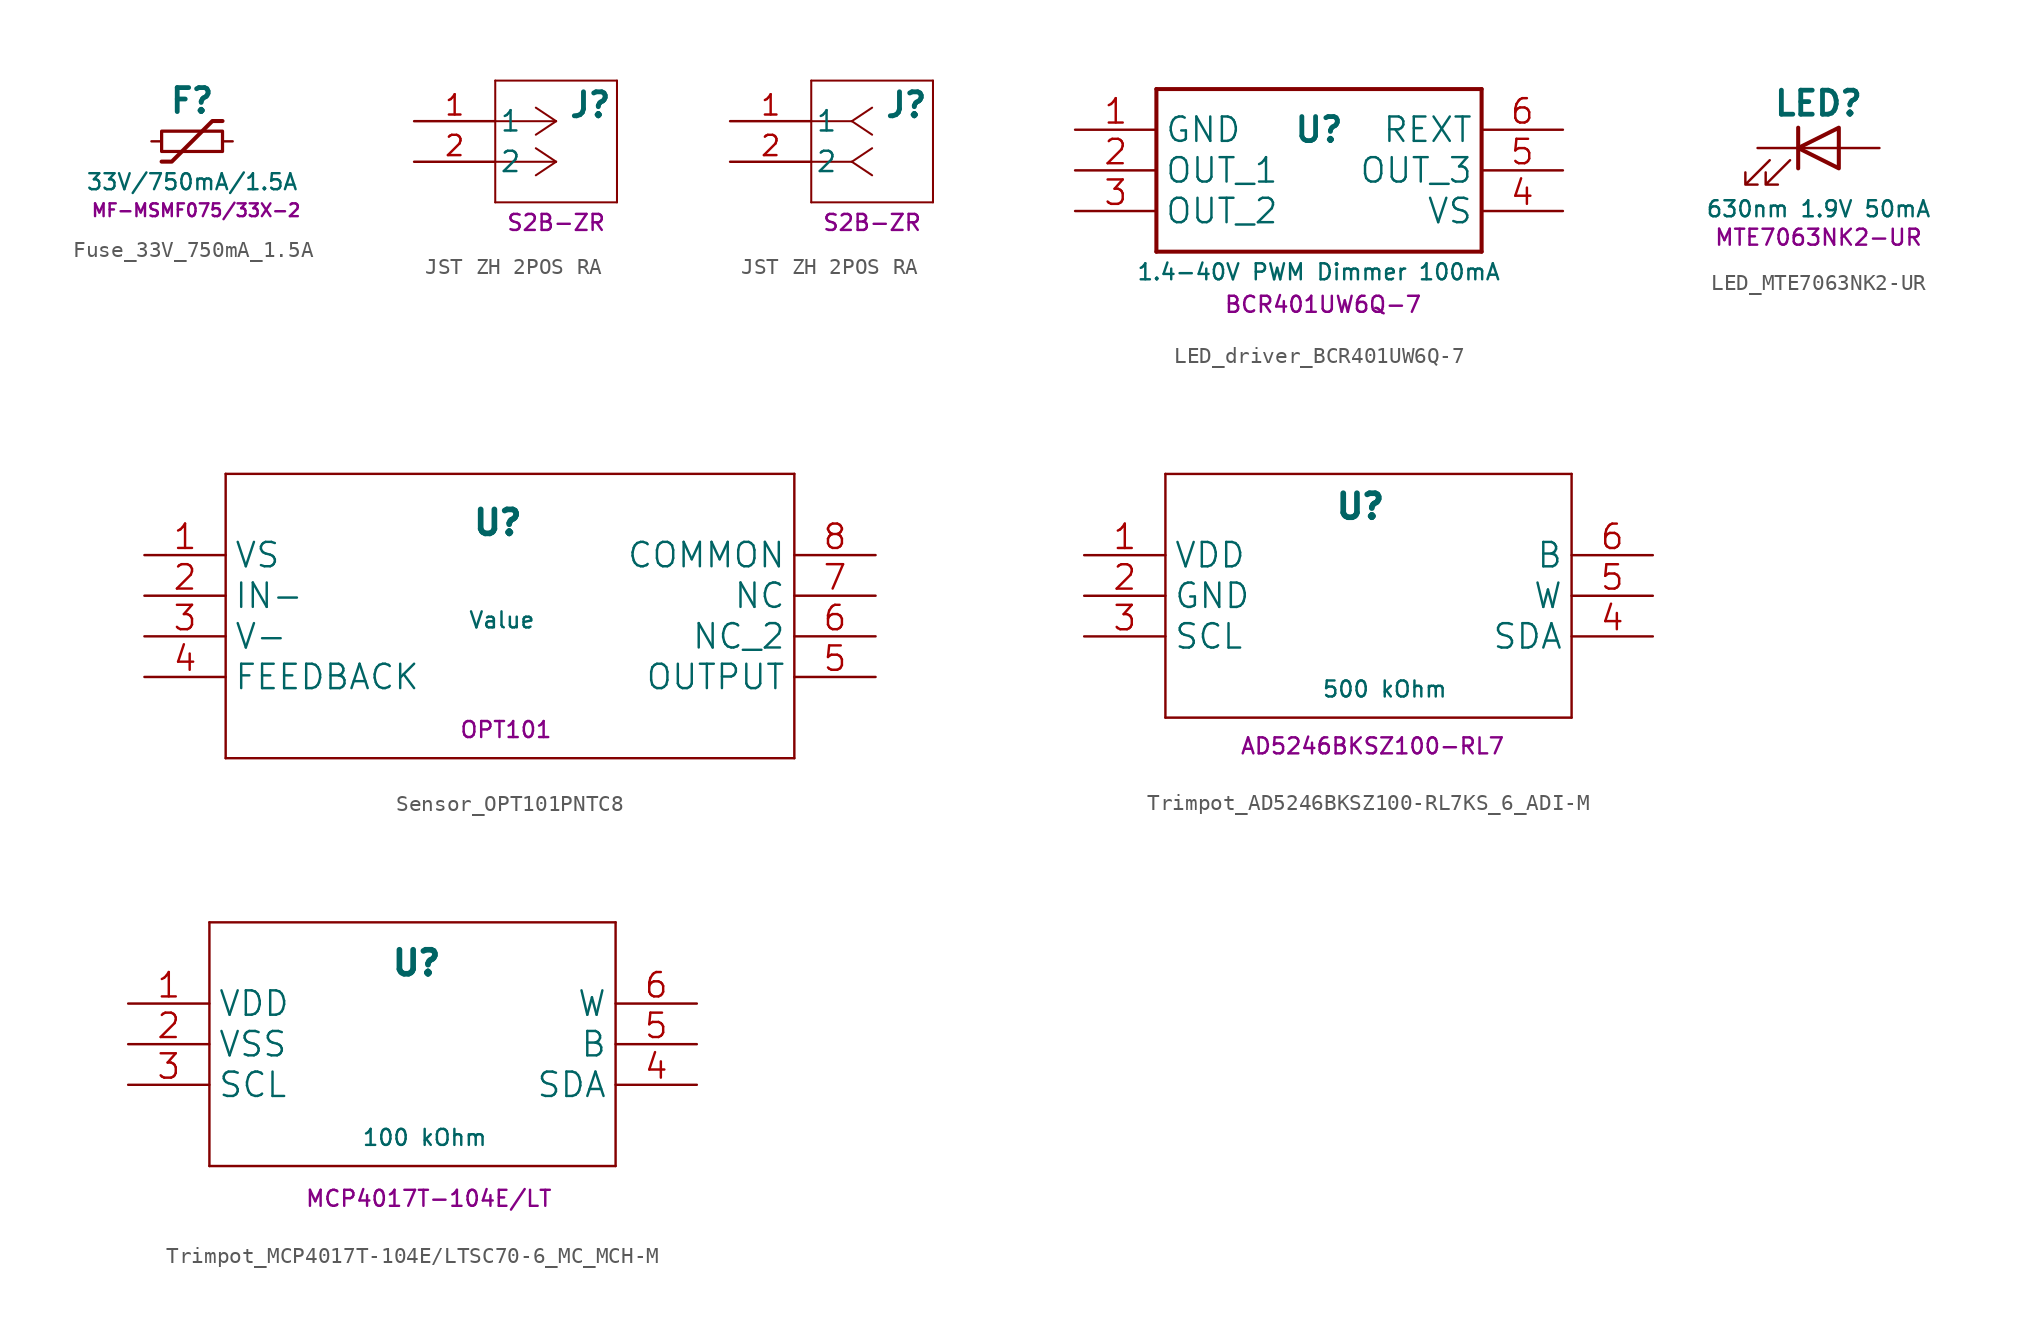
<source format=kicad_sym>
(kicad_symbol_lib
  (version 20241209)
  (generator "kicad_symbol_editor")
  (generator_version "9.0")
  (symbol "Fuse_33V_750mA_1.5A"
    (pin_numbers
      (hide yes))
    (pin_names
      (offset 0))
    (property "Reference" "F"
      (at 0 2.54 0)
      (effects (font (size 1.5 1.5) (thickness 0.3) (bold yes))))
    (property "Value" "33V/750mA/1.5A"
      (at 0 -2.54 0)
      (effects (font (size 1 1))))
    (property "MPN" "MF-MSMF075/33X-2"
      (at 0.254 -4.318 0)
      (effects (font (size 0.8 0.8))))
    (symbol "Fuse_33V_750mA_1.5A_0_1"
      (rectangle (start -1.905 0.635) (end 1.905 -0.635) (stroke (width 0.203) (type default)) (fill (type none)))
      (polyline (pts (xy -1.905 -1.27) (xy -1.27 -1.27) (xy 1.27 1.27) (xy 1.905 1.27)) (stroke (width 0.254) (type default)) (fill (type none))))
    (symbol "Fuse_33V_750mA_1.5A_1_1"
      (pin passive line (at -2.54 0 0) (length 0.635) (name "~" (effects (font (size 1.27 1.27)))) (number "1" (effects (font (size 1.27 1.27)))))
      (pin passive line (at 2.54 0 180) (length 0.635) (name "~" (effects (font (size 1.27 1.27)))) (number "2" (effects (font (size 1.27 1.27)))))))
  (symbol "JST ZH 2POS RA"
    (pin_names
      (offset 0.254))
    (property "Reference" "J"
      (at 12.446 1.016 0)
      (effects (font (size 1.5 1.5) (thickness 0.305) (bold yes)) (justify right)))
    (property "MPN" "S2B-ZR"
      (at 8.89 -6.35 0)
      (effects (font (size 1 1))))
    (symbol "JST ZH 2POS RA_1_1"
      (polyline (pts (xy 5.08 2.54) (xy 5.08 -5.08)) (stroke (width 0.127) (type default)) (fill (type none)))
      (polyline (pts (xy 5.08 -5.08) (xy 12.7 -5.08)) (stroke (width 0.127) (type default)) (fill (type none)))
      (polyline (pts (xy 8.89 0) (xy 5.08 0)) (stroke (width 0.127) (type default)) (fill (type none)))
      (polyline (pts (xy 8.89 0) (xy 7.62 0.847)) (stroke (width 0.127) (type default)) (fill (type none)))
      (polyline (pts (xy 8.89 0) (xy 7.62 -0.847)) (stroke (width 0.127) (type default)) (fill (type none)))
      (polyline (pts (xy 8.89 -2.54) (xy 5.08 -2.54)) (stroke (width 0.127) (type default)) (fill (type none)))
      (polyline (pts (xy 8.89 -2.54) (xy 7.62 -1.693)) (stroke (width 0.127) (type default)) (fill (type none)))
      (polyline (pts (xy 8.89 -2.54) (xy 7.62 -3.387)) (stroke (width 0.127) (type default)) (fill (type none)))
      (polyline (pts (xy 12.7 2.54) (xy 5.08 2.54)) (stroke (width 0.127) (type default)) (fill (type none)))
      (polyline (pts (xy 12.7 -5.08) (xy 12.7 2.54)) (stroke (width 0.127) (type default)) (fill (type none)))
      (pin unspecified line (at 0 0 0) (length 5.08) (name "1" (effects (font (size 1.27 1.27)))) (number "1" (effects (font (size 1.27 1.27)))))
      (pin unspecified line (at 0 -2.54 0) (length 5.08) (name "2" (effects (font (size 1.27 1.27)))) (number "2" (effects (font (size 1.27 1.27))))))
    (symbol "JST ZH 2POS RA_1_2"
      (polyline (pts (xy 5.08 2.54) (xy 5.08 -5.08)) (stroke (width 0.127) (type default)) (fill (type none)))
      (polyline (pts (xy 5.08 -5.08) (xy 12.7 -5.08)) (stroke (width 0.127) (type default)) (fill (type none)))
      (polyline (pts (xy 7.62 0) (xy 5.08 0)) (stroke (width 0.127) (type default)) (fill (type none)))
      (polyline (pts (xy 7.62 0) (xy 8.89 0.847)) (stroke (width 0.127) (type default)) (fill (type none)))
      (polyline (pts (xy 7.62 0) (xy 8.89 -0.847)) (stroke (width 0.127) (type default)) (fill (type none)))
      (polyline (pts (xy 7.62 -2.54) (xy 5.08 -2.54)) (stroke (width 0.127) (type default)) (fill (type none)))
      (polyline (pts (xy 7.62 -2.54) (xy 8.89 -1.693)) (stroke (width 0.127) (type default)) (fill (type none)))
      (polyline (pts (xy 7.62 -2.54) (xy 8.89 -3.387)) (stroke (width 0.127) (type default)) (fill (type none)))
      (polyline (pts (xy 12.7 2.54) (xy 5.08 2.54)) (stroke (width 0.127) (type default)) (fill (type none)))
      (polyline (pts (xy 12.7 -5.08) (xy 12.7 2.54)) (stroke (width 0.127) (type default)) (fill (type none)))
      (pin unspecified line (at 0 0 0) (length 5.08) (name "1" (effects (font (size 1.27 1.27)))) (number "1" (effects (font (size 1.27 1.27)))))
      (pin unspecified line (at 0 -2.54 0) (length 5.08) (name "2" (effects (font (size 1.27 1.27)))) (number "2" (effects (font (size 1.27 1.27)))))))
  (symbol "LED_driver_BCR401UW6Q-7"
    (property "Reference" "U"
      (at 15.24 0 0)
      (effects (font (size 1.5 1.5) (thickness 0.3) (bold yes))))
    (property "Value" "1.4-40V PWM Dimmer 100mA"
      (at 3.81 -8.89 0)
      (effects (font (size 1 1)) (justify left)))
    (property "MPN" "BCR401UW6Q-7"
      (at 15.494 -10.922 0)
      (effects (font (size 1 1))))
    (symbol "LED_driver_BCR401UW6Q-7_1_0"
      (polyline (pts (xy 5.08 2.54) (xy 5.08 -7.62)) (stroke (width 0.254) (type solid)) (fill (type none)))
      (polyline (pts (xy 5.08 2.54) (xy 25.4 2.54)) (stroke (width 0.254) (type solid)) (fill (type none)))
      (polyline (pts (xy 25.4 -7.62) (xy 5.08 -7.62)) (stroke (width 0.254) (type solid)) (fill (type none)))
      (polyline (pts (xy 25.4 -7.62) (xy 25.4 2.54)) (stroke (width 0.254) (type solid)) (fill (type none)))
      (pin bidirectional line (at 0 0 0) (length 5.08) (name "GND" (effects (font (size 1.524 1.524)))) (number "1" (effects (font (size 1.524 1.524)))))
      (pin bidirectional line (at 0 -2.54 0) (length 5.08) (name "OUT_1" (effects (font (size 1.524 1.524)))) (number "2" (effects (font (size 1.524 1.524)))))
      (pin bidirectional line (at 0 -5.08 0) (length 5.08) (name "OUT_2" (effects (font (size 1.524 1.524)))) (number "3" (effects (font (size 1.524 1.524)))))
      (pin bidirectional line (at 30.48 0 180) (length 5.08) (name "REXT" (effects (font (size 1.524 1.524)))) (number "6" (effects (font (size 1.524 1.524)))))
      (pin bidirectional line (at 30.48 -2.54 180) (length 5.08) (name "OUT_3" (effects (font (size 1.524 1.524)))) (number "5" (effects (font (size 1.524 1.524)))))
      (pin bidirectional line (at 30.48 -5.08 180) (length 5.08) (name "VS" (effects (font (size 1.524 1.524)))) (number "4" (effects (font (size 1.524 1.524)))))))
  (symbol "LED_MTE7063NK2-UR"
    (pin_numbers
      (hide yes))
    (pin_names
      (offset 1.016)
      (hide yes))
    (property "Reference" "LED"
      (at 0 2.794 0)
      (effects (font (size 1.5 1.5) (thickness 0.3) (bold yes))))
    (property "Value" "630nm 1.9V 50mA"
      (at 0 -3.81 0)
      (effects (font (size 1 1))))
    (property "MPN" "MTE7063NK2-UR"
      (at 0 -5.588 0)
      (effects (font (size 1 1))))
    (symbol "LED_MTE7063NK2-UR_0_1"
      (polyline (pts (xy -3.048 -0.762) (xy -4.572 -2.286) (xy -3.81 -2.286) (xy -4.572 -2.286) (xy -4.572 -1.524)) (stroke (width 0) (type default)) (fill (type none)))
      (polyline (pts (xy -1.778 -0.762) (xy -3.302 -2.286) (xy -2.54 -2.286) (xy -3.302 -2.286) (xy -3.302 -1.524)) (stroke (width 0) (type default)) (fill (type none)))
      (polyline (pts (xy -1.27 0) (xy 1.27 0)) (stroke (width 0) (type default)) (fill (type none)))
      (polyline (pts (xy -1.27 -1.27) (xy -1.27 1.27)) (stroke (width 0.254) (type default)) (fill (type none)))
      (polyline (pts (xy 1.27 -1.27) (xy 1.27 1.27) (xy -1.27 0) (xy 1.27 -1.27)) (stroke (width 0.254) (type default)) (fill (type none))))
    (symbol "LED_MTE7063NK2-UR_1_1"
      (pin passive line (at -3.81 0 0) (length 2.54) (name "K" (effects (font (size 1.27 1.27)))) (number "1" (effects (font (size 1.27 1.27)))))
      (pin passive line (at 3.81 0 180) (length 2.54) (name "A" (effects (font (size 1.27 1.27)))) (number "2" (effects (font (size 1.27 1.27)))))))
  (symbol "Sensor_OPT101PNTC8"
    (property "Reference" "U"
      (at 24.638 2.032 0)
      (effects (font (size 1.5 1.5) (thickness 0.354) (bold yes))))
    (property "Value" "Value"
      (at 24.892 -4.064 0)
      (effects (font (size 1 1))))
    (property "MPN" "OPT101"
      (at 25.146 -10.922 0)
      (effects (font (size 1 1))))
    (symbol "Sensor_OPT101PNTC8_1_0"
      (polyline (pts (xy 7.62 5.08) (xy 7.62 -12.7)) (stroke (width 0.152) (type solid)) (fill (type none)))
      (polyline (pts (xy 7.62 -12.7) (xy 43.18 -12.7)) (stroke (width 0.152) (type solid)) (fill (type none)))
      (polyline (pts (xy 43.18 5.08) (xy 7.62 5.08)) (stroke (width 0.152) (type solid)) (fill (type none)))
      (polyline (pts (xy 43.18 -12.7) (xy 43.18 5.08)) (stroke (width 0.152) (type solid)) (fill (type none)))
      (pin power_in line (at 2.54 0 0) (length 5.08) (name "VS" (effects (font (size 1.524 1.524)))) (number "1" (effects (font (size 1.524 1.524)))))
      (pin input line (at 2.54 -2.54 0) (length 5.08) (name "IN-" (effects (font (size 1.524 1.524)))) (number "2" (effects (font (size 1.524 1.524)))))
      (pin power_in line (at 2.54 -5.08 0) (length 5.08) (name "V-" (effects (font (size 1.524 1.524)))) (number "3" (effects (font (size 1.524 1.524)))))
      (pin passive line (at 2.54 -7.62 0) (length 5.08) (name "FEEDBACK" (effects (font (size 1.524 1.524)))) (number "4" (effects (font (size 1.524 1.524)))))
      (pin passive line (at 48.26 0 180) (length 5.08) (name "COMMON" (effects (font (size 1.524 1.524)))) (number "8" (effects (font (size 1.524 1.524)))))
      (pin passive line (at 48.26 -2.54 180) (length 5.08) (name "NC" (effects (font (size 1.524 1.524)))) (number "7" (effects (font (size 1.524 1.524)))))
      (pin passive line (at 48.26 -5.08 180) (length 5.08) (name "NC_2" (effects (font (size 1.524 1.524)))) (number "6" (effects (font (size 1.524 1.524)))))
      (pin output line (at 48.26 -7.62 180) (length 5.08) (name "OUTPUT" (effects (font (size 1.524 1.524)))) (number "5" (effects (font (size 1.524 1.524)))))))
  (symbol "Trimpot_AD5246BKSZ100-RL7KS_6_ADI-M"
    (property "Reference" "U"
      (at 19.812 3.048 0)
      (effects (font (size 1.5 1.5) (thickness 0.354) (bold yes))))
    (property "Value" "500 kOhm"
      (at 21.336 -8.382 0)
      (effects (font (size 1 1))))
    (property "MPN" "AD5246BKSZ100-RL7"
      (at 20.574 -11.938 0)
      (effects (font (size 1 1))))
    (symbol "Trimpot_AD5246BKSZ100-RL7KS_6_ADI-M_1_0"
      (polyline (pts (xy 7.62 5.08) (xy 7.62 -10.16)) (stroke (width 0.152) (type solid)) (fill (type none)))
      (polyline (pts (xy 7.62 -10.16) (xy 33.02 -10.16)) (stroke (width 0.152) (type solid)) (fill (type none)))
      (polyline (pts (xy 33.02 5.08) (xy 7.62 5.08)) (stroke (width 0.152) (type solid)) (fill (type none)))
      (polyline (pts (xy 33.02 -10.16) (xy 33.02 5.08)) (stroke (width 0.152) (type solid)) (fill (type none)))
      (pin power_in line (at 2.54 0 0) (length 5.08) (name "VDD" (effects (font (size 1.524 1.524)))) (number "1" (effects (font (size 1.524 1.524)))))
      (pin passive line (at 2.54 -2.54 0) (length 5.08) (name "GND" (effects (font (size 1.524 1.524)))) (number "2" (effects (font (size 1.524 1.524)))))
      (pin input line (at 2.54 -5.08 0) (length 5.08) (name "SCL" (effects (font (size 1.524 1.524)))) (number "3" (effects (font (size 1.524 1.524)))))
      (pin passive line (at 38.1 0 180) (length 5.08) (name "B" (effects (font (size 1.524 1.524)))) (number "6" (effects (font (size 1.524 1.524)))))
      (pin passive line (at 38.1 -2.54 180) (length 5.08) (name "W" (effects (font (size 1.524 1.524)))) (number "5" (effects (font (size 1.524 1.524)))))
      (pin bidirectional line (at 38.1 -5.08 180) (length 5.08) (name "SDA" (effects (font (size 1.524 1.524)))) (number "4" (effects (font (size 1.524 1.524)))))))
  (symbol "Trimpot_MCP4017T-104E/LTSC70-6_MC_MCH-M"
    (property "Reference" "U"
      (at 20.574 2.54 0)
      (effects (font (size 1.5 1.5) (thickness 0.354) (bold yes))))
    (property "Value" "100 kOhm"
      (at 21.082 -8.382 0)
      (effects (font (size 1 1))))
    (property "MPN" "MCP4017T-104E/LT"
      (at 21.336 -12.192 0)
      (effects (font (size 1 1))))
    (symbol "Trimpot_MCP4017T-104E/LTSC70-6_MC_MCH-M_1_0"
      (polyline (pts (xy 7.62 5.08) (xy 7.62 -10.16)) (stroke (width 0.152) (type solid)) (fill (type none)))
      (polyline (pts (xy 7.62 -10.16) (xy 33.02 -10.16)) (stroke (width 0.152) (type solid)) (fill (type none)))
      (polyline (pts (xy 33.02 5.08) (xy 7.62 5.08)) (stroke (width 0.152) (type solid)) (fill (type none)))
      (polyline (pts (xy 33.02 -10.16) (xy 33.02 5.08)) (stroke (width 0.152) (type solid)) (fill (type none)))
      (pin power_in line (at 2.54 0 0) (length 5.08) (name "VDD" (effects (font (size 1.524 1.524)))) (number "1" (effects (font (size 1.524 1.524)))))
      (pin power_in line (at 2.54 -2.54 0) (length 5.08) (name "VSS" (effects (font (size 1.524 1.524)))) (number "2" (effects (font (size 1.524 1.524)))))
      (pin bidirectional line (at 2.54 -5.08 0) (length 5.08) (name "SCL" (effects (font (size 1.524 1.524)))) (number "3" (effects (font (size 1.524 1.524)))))
      (pin bidirectional line (at 38.1 0 180) (length 5.08) (name "W" (effects (font (size 1.524 1.524)))) (number "6" (effects (font (size 1.524 1.524)))))
      (pin bidirectional line (at 38.1 -2.54 180) (length 5.08) (name "B" (effects (font (size 1.524 1.524)))) (number "5" (effects (font (size 1.524 1.524)))))
      (pin bidirectional line (at 38.1 -5.08 180) (length 5.08) (name "SDA" (effects (font (size 1.524 1.524)))) (number "4" (effects (font (size 1.524 1.524))))))))
</source>
